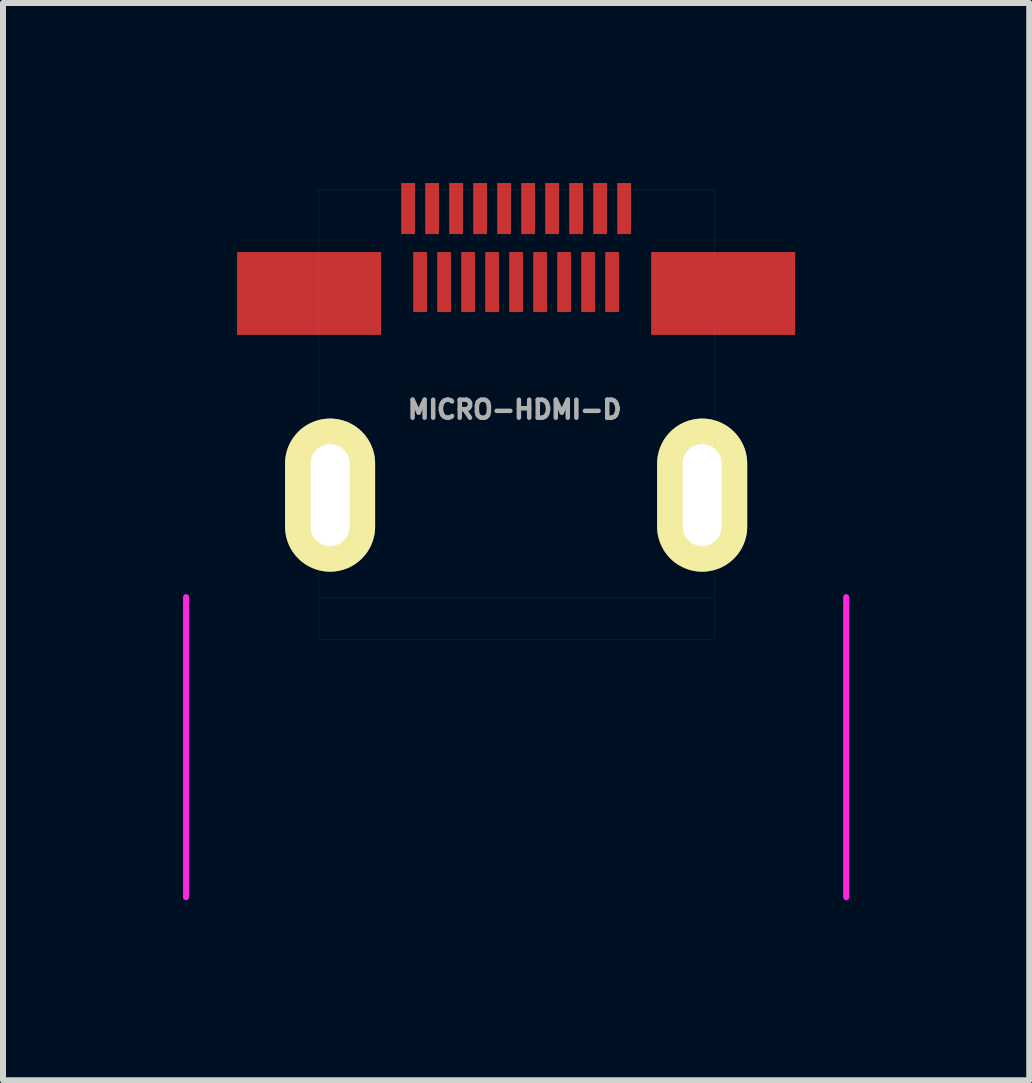
<source format=kicad_pcb>
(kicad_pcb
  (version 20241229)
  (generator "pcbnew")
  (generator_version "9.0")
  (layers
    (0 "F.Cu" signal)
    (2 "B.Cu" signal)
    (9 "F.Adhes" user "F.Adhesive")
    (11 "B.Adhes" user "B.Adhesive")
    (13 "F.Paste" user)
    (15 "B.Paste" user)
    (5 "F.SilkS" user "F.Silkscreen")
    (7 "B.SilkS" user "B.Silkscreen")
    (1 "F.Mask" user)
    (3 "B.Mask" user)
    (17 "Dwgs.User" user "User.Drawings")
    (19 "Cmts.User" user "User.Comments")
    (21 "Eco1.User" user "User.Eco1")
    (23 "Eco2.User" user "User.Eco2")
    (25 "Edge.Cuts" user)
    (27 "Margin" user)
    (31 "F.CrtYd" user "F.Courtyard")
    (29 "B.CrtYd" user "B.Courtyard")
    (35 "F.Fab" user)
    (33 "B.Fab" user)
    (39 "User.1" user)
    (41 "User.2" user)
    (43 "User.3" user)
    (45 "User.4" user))
  (footprint "MICRO-HDMI-D"
    (layer "F.Cu")
    (at 5.55 6.9)
    (property "Reference" "MICRO-HDMI-D" (at -0.025 -3.125 0) (layer "F.Fab") (effects (font (size 0.3 0.3) (thickness 0.075))))
    (attr smd)
    (fp_line (start -5.5 0) (end -5.5 5) (stroke (width 0.1) (type solid)) (layer "F.CrtYd"))
    (fp_line (start 5.5 0) (end 5.5 5) (stroke (width 0.1) (type solid)) (layer "F.CrtYd"))
    (fp_line (start -3.3 -6.8) (end 3.3 -6.8) (stroke (width 0.001) (type solid)) (layer "F.Fab"))
    (fp_line (start -3.3 0) (end -3.3 -6.8) (stroke (width 0.001) (type solid)) (layer "F.Fab"))
    (fp_line (start -3.3 0) (end -3.3 0.7) (stroke (width 0.001) (type solid)) (layer "F.Fab"))
    (fp_line (start -3.3 0.7) (end 3.3 0.7) (stroke (width 0.001) (type solid)) (layer "F.Fab"))
    (fp_line (start 3.3 -6.8) (end 3.3 0) (stroke (width 0.001) (type solid)) (layer "F.Fab"))
    (fp_line (start 3.3 0) (end -3.3 0) (stroke (width 0.001) (type solid)) (layer "F.Fab"))
    (fp_line (start 3.3 0.7) (end 3.3 0) (stroke (width 0.001) (type solid)) (layer "F.Fab"))
    (pad "" thru_hole oval (at -3.1 -1.7) (size 1.5 2.55) (drill oval 0.65 1.7) (layers "*.Cu" "*.Mask" "F.SilkS"))
    (pad "" thru_hole oval (at 3.1 -1.7) (size 1.5 2.55) (drill oval 0.65 1.7) (layers "*.Cu" "*.Mask" "F.SilkS"))
    (pad "1" smd rect (at 1.8 -6.475) (size 0.23 0.85) (layers "F.Cu" "F.Mask" "F.Paste"))
    (pad "2" smd rect (at 1.6 -5.25) (size 0.23 1) (layers "F.Cu" "F.Mask" "F.Paste"))
    (pad "3" smd rect (at 1.4 -6.475) (size 0.23 0.85) (layers "F.Cu" "F.Mask" "F.Paste"))
    (pad "4" smd rect (at 1.2 -5.25) (size 0.23 1) (layers "F.Cu" "F.Mask" "F.Paste"))
    (pad "5" smd rect (at 1 -6.475) (size 0.23 0.85) (layers "F.Cu" "F.Mask" "F.Paste"))
    (pad "6" smd rect (at 0.8 -5.25) (size 0.23 1) (layers "F.Cu" "F.Mask" "F.Paste"))
    (pad "7" smd rect (at 0.6 -6.475) (size 0.23 0.85) (layers "F.Cu" "F.Mask" "F.Paste"))
    (pad "8" smd rect (at 0.4 -5.25) (size 0.23 1) (layers "F.Cu" "F.Mask" "F.Paste"))
    (pad "9" smd rect (at 0.2 -6.475) (size 0.23 0.85) (layers "F.Cu" "F.Mask" "F.Paste"))
    (pad "10" smd rect (at 0 -5.25) (size 0.23 1) (layers "F.Cu" "F.Mask" "F.Paste"))
    (pad "11" smd rect (at -0.2 -6.475) (size 0.23 0.85) (layers "F.Cu" "F.Mask" "F.Paste"))
    (pad "12" smd rect (at -0.4 -5.25) (size 0.23 1) (layers "F.Cu" "F.Mask" "F.Paste"))
    (pad "13" smd rect (at -0.6 -6.475) (size 0.23 0.85) (layers "F.Cu" "F.Mask" "F.Paste"))
    (pad "14" smd rect (at -0.8 -5.25) (size 0.23 1) (layers "F.Cu" "F.Mask" "F.Paste"))
    (pad "15" smd rect (at -1 -6.475) (size 0.23 0.85) (layers "F.Cu" "F.Mask" "F.Paste"))
    (pad "16" smd rect (at -1.2 -5.25) (size 0.23 1) (layers "F.Cu" "F.Mask" "F.Paste"))
    (pad "17" smd rect (at -1.4 -6.475) (size 0.23 0.85) (layers "F.Cu" "F.Mask" "F.Paste"))
    (pad "18" smd rect (at -1.6 -5.25) (size 0.23 1) (layers "F.Cu" "F.Mask" "F.Paste"))
    (pad "19" smd rect (at -1.8 -6.475) (size 0.23 0.85) (layers "F.Cu" "F.Mask" "F.Paste"))
    (pad "SHD" smd rect (at -3.45 -5.06) (size 2.4 1.38) (layers "F.Cu" "F.Mask" "F.Paste"))
    (pad "SHD" smd rect (at 3.45 -5.06) (size 2.4 1.38) (layers "F.Cu" "F.Mask" "F.Paste")))
  (gr_rect
    (start -3 -3)
    (end 14.1 14.95)
    (stroke (width 0.1) (type default))
    (fill no)
    (layer "Edge.Cuts")))
</source>
